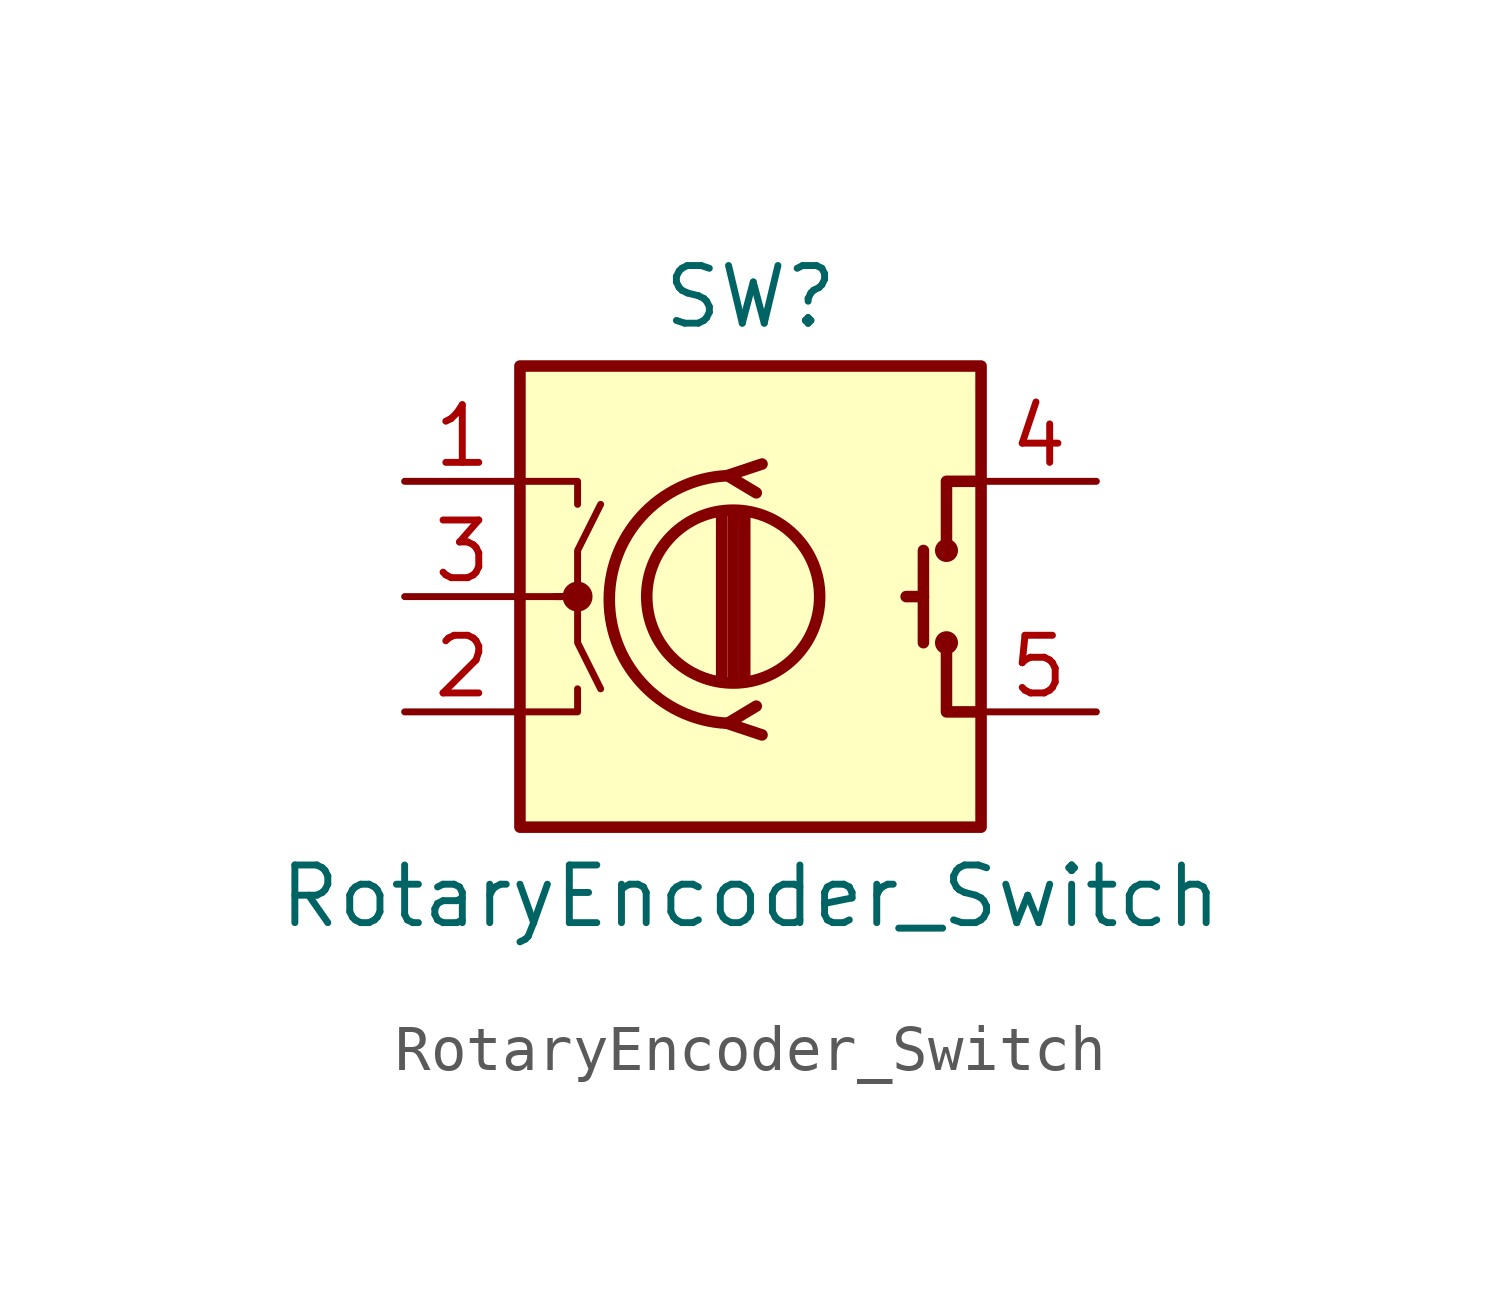
<source format=kicad_sym>
(kicad_symbol_lib
  (version 20220914)
  (generator kicad_symbol_editor)
  (symbol "RotaryEncoder_Switch"
    (pin_names
      (offset 0.254) hide)
    (property "Reference" "SW"
      (at 0 6.604 0)
      (effects (font (size 1.27 1.27))))
    (property "Value" "RotaryEncoder_Switch"
      (at 0 -6.604 0)
      (effects (font (size 1.27 1.27))))
    (symbol "RotaryEncoder_Switch_0_1"
      (rectangle (start -5.08 5.08) (end 5.08 -5.08) (stroke (width 0.254) (type default)) (fill (type background)))
      (circle (center -3.81 0) (radius 0.254) (stroke (width 0) (type default)) (fill (type outline)))
      (circle (center -0.381 0) (radius 1.905) (stroke (width 0.254) (type default)) (fill (type none)))
      (arc (start -0.381 2.667) (mid -3.0988 -0.0635) (end -0.381 -2.794) (stroke (width 0.254) (type default)) (fill (type none)))
      (polyline (pts (xy -0.635 -1.778) (xy -0.635 1.778)) (stroke (width 0.254) (type default)) (fill (type none)))
      (polyline (pts (xy -0.381 -1.778) (xy -0.381 1.778)) (stroke (width 0.254) (type default)) (fill (type none)))
      (polyline (pts (xy -0.127 1.778) (xy -0.127 -1.778)) (stroke (width 0.254) (type default)) (fill (type none)))
      (polyline (pts (xy 3.81 0) (xy 3.429 0)) (stroke (width 0.254) (type default)) (fill (type none)))
      (polyline (pts (xy 3.81 1.016) (xy 3.81 -1.016)) (stroke (width 0.254) (type default)) (fill (type none)))
      (polyline (pts (xy -5.08 -2.54) (xy -3.81 -2.54) (xy -3.81 -2.032)) (stroke (width 0) (type default)) (fill (type none)))
      (polyline (pts (xy -5.08 2.54) (xy -3.81 2.54) (xy -3.81 2.032)) (stroke (width 0) (type default)) (fill (type none)))
      (polyline (pts (xy 0.254 -3.048) (xy -0.508 -2.794) (xy 0.127 -2.413)) (stroke (width 0.254) (type default)) (fill (type none)))
      (polyline (pts (xy 0.254 2.921) (xy -0.508 2.667) (xy 0.127 2.286)) (stroke (width 0.254) (type default)) (fill (type none)))
      (polyline (pts (xy 5.08 -2.54) (xy 4.318 -2.54) (xy 4.318 -1.016)) (stroke (width 0.254) (type default)) (fill (type none)))
      (polyline (pts (xy 5.08 2.54) (xy 4.318 2.54) (xy 4.318 1.016)) (stroke (width 0.254) (type default)) (fill (type none)))
      (polyline (pts (xy -5.08 0) (xy -3.81 0) (xy -3.81 -1.016) (xy -3.302 -2.032)) (stroke (width 0) (type default)) (fill (type none)))
      (polyline (pts (xy -4.318 0) (xy -3.81 0) (xy -3.81 1.016) (xy -3.302 2.032)) (stroke (width 0) (type default)) (fill (type none)))
      (circle (center 4.318 -1.016) (radius 0.127) (stroke (width 0.254) (type default)) (fill (type none)))
      (circle (center 4.318 1.016) (radius 0.127) (stroke (width 0.254) (type default)) (fill (type none))))
    (symbol "RotaryEncoder_Switch_1_1"
      (pin passive line (at -7.62 2.54 0) (length 2.54) (name "A" (effects (font (size 1.27 1.27)))) (number "1" (effects (font (size 1.27 1.27)))))
      (pin passive line (at -7.62 -2.54 0) (length 2.54) (name "B" (effects (font (size 1.27 1.27)))) (number "2" (effects (font (size 1.27 1.27)))))
      (pin passive line (at -7.62 0 0) (length 2.54) (name "C" (effects (font (size 1.27 1.27)))) (number "3" (effects (font (size 1.27 1.27)))))
      (pin passive line (at 7.62 2.54 180) (length 2.54) (name "S1" (effects (font (size 1.27 1.27)))) (number "4" (effects (font (size 1.27 1.27)))))
      (pin passive line (at 7.62 -2.54 180) (length 2.54) (name "S2" (effects (font (size 1.27 1.27)))) (number "5" (effects (font (size 1.27 1.27))))))))
</source>
